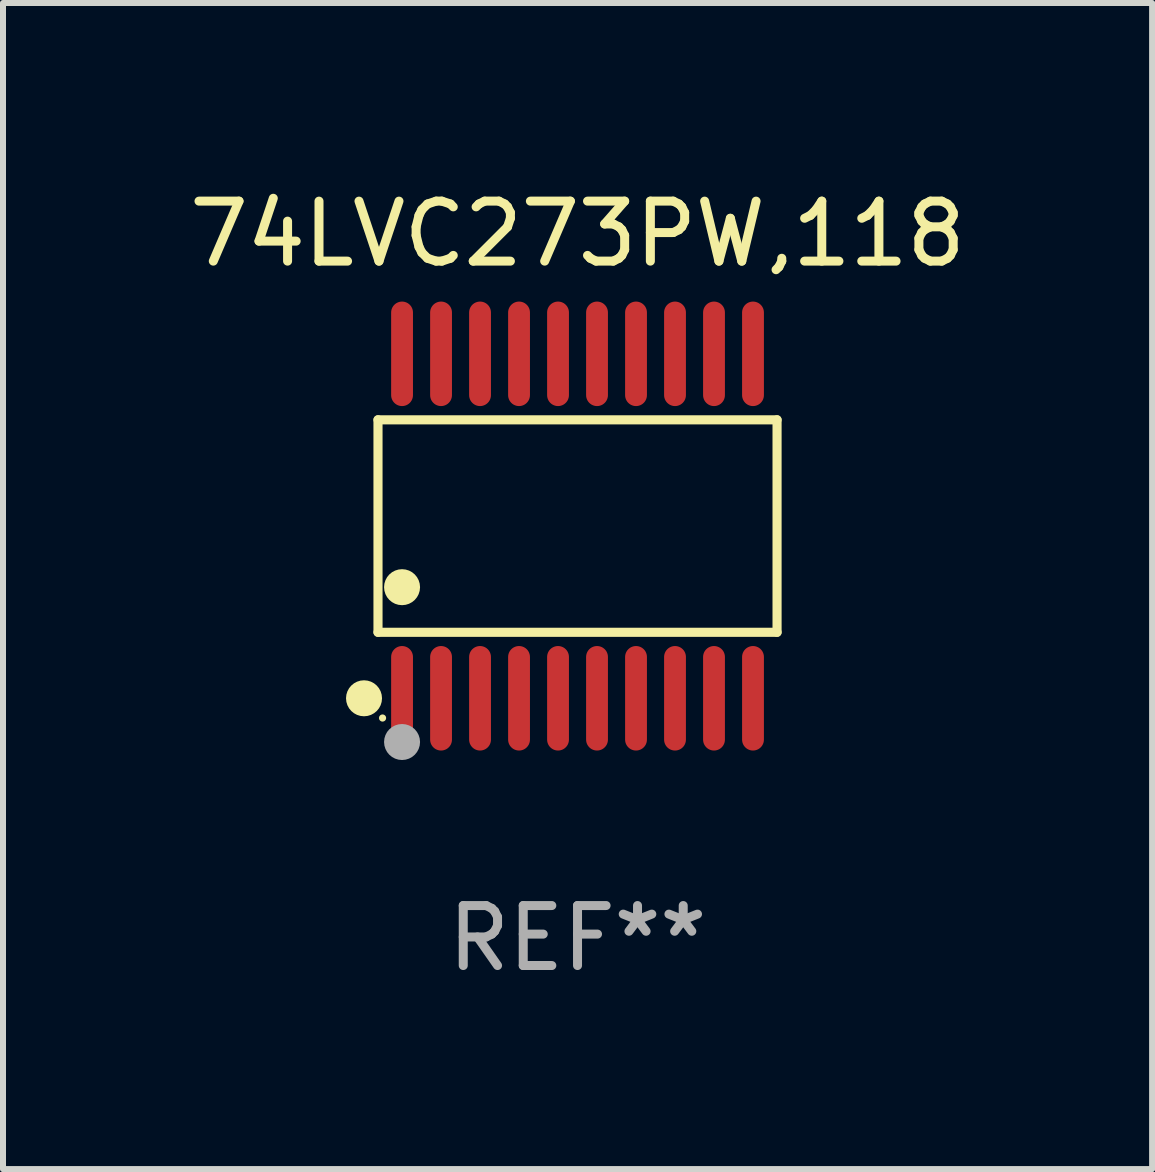
<source format=kicad_pcb>
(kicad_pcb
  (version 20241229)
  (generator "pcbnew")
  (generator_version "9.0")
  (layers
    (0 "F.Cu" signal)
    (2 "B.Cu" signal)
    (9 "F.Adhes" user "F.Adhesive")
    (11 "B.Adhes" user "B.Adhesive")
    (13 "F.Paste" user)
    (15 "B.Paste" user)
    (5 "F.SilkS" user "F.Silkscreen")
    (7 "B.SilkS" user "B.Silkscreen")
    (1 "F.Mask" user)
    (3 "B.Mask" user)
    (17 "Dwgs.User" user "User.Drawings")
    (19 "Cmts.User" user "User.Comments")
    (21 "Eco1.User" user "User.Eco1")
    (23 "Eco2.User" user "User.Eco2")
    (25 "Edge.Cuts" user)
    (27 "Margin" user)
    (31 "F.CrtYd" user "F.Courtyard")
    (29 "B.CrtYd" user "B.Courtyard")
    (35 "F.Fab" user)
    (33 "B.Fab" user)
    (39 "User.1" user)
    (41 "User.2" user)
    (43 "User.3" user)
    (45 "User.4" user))
  (footprint "74LVC273PW,118"
    (layer "F.Cu")
    (at 6.577 5.719)
    (property "Reference" "74LVC273PW,118" (at 0 -4.871 0) (layer "F.SilkS") (effects (font (size 1 1) (thickness 0.15))))
    (attr through_hole)
    (fp_line (start -3.326 -1.771) (end 3.326 -1.771) (stroke (width 0.152) (type solid)) (layer "F.SilkS"))
    (fp_line (start -3.326 1.771) (end -3.326 -1.771) (stroke (width 0.152) (type solid)) (layer "F.SilkS"))
    (fp_line (start 3.326 -1.771) (end 3.326 1.771) (stroke (width 0.152) (type solid)) (layer "F.SilkS"))
    (fp_line (start 3.326 1.771) (end -3.326 1.771) (stroke (width 0.152) (type solid)) (layer "F.SilkS"))
    (fp_circle (center -3.559 2.871) (end -3.409 2.871) (stroke (width 0.3) (type solid)) (fill no) (layer "F.SilkS"))
    (fp_circle (center -3.25 3.2) (end -3.22 3.2) (stroke (width 0.06) (type solid)) (fill no) (layer "F.SilkS"))
    (fp_circle (center -2.925 1.019) (end -2.775 1.019) (stroke (width 0.3) (type solid)) (fill no) (layer "F.SilkS"))
    (fp_circle (center -2.925 3.6) (end -2.775 3.6) (stroke (width 0.3) (type solid)) (fill no) (layer "F.Fab"))
    (fp_text user "REF**" (at 0 6.871 0) (layer "F.Fab") (effects (font (size 1 1) (thickness 0.15))))
    (pad "1" smd oval (at -2.925 2.871) (size 0.364 1.742) (layers "F.Cu" "F.Mask" "F.Paste"))
    (pad "2" smd oval (at -2.275 2.871) (size 0.364 1.742) (layers "F.Cu" "F.Mask" "F.Paste"))
    (pad "3" smd oval (at -1.625 2.871) (size 0.364 1.742) (layers "F.Cu" "F.Mask" "F.Paste"))
    (pad "4" smd oval (at -0.975 2.871) (size 0.364 1.742) (layers "F.Cu" "F.Mask" "F.Paste"))
    (pad "5" smd oval (at -0.325 2.871) (size 0.364 1.742) (layers "F.Cu" "F.Mask" "F.Paste"))
    (pad "6" smd oval (at 0.325 2.871) (size 0.364 1.742) (layers "F.Cu" "F.Mask" "F.Paste"))
    (pad "7" smd oval (at 0.975 2.871) (size 0.364 1.742) (layers "F.Cu" "F.Mask" "F.Paste"))
    (pad "8" smd oval (at 1.625 2.871) (size 0.364 1.742) (layers "F.Cu" "F.Mask" "F.Paste"))
    (pad "9" smd oval (at 2.275 2.871) (size 0.364 1.742) (layers "F.Cu" "F.Mask" "F.Paste"))
    (pad "10" smd oval (at 2.925 2.871) (size 0.364 1.742) (layers "F.Cu" "F.Mask" "F.Paste"))
    (pad "11" smd oval (at 2.925 -2.871) (size 0.364 1.742) (layers "F.Cu" "F.Mask" "F.Paste"))
    (pad "12" smd oval (at 2.275 -2.871) (size 0.364 1.742) (layers "F.Cu" "F.Mask" "F.Paste"))
    (pad "13" smd oval (at 1.625 -2.871) (size 0.364 1.742) (layers "F.Cu" "F.Mask" "F.Paste"))
    (pad "14" smd oval (at 0.975 -2.871) (size 0.364 1.742) (layers "F.Cu" "F.Mask" "F.Paste"))
    (pad "15" smd oval (at 0.325 -2.871) (size 0.364 1.742) (layers "F.Cu" "F.Mask" "F.Paste"))
    (pad "16" smd oval (at -0.325 -2.871) (size 0.364 1.742) (layers "F.Cu" "F.Mask" "F.Paste"))
    (pad "17" smd oval (at -0.975 -2.871) (size 0.364 1.742) (layers "F.Cu" "F.Mask" "F.Paste"))
    (pad "18" smd oval (at -1.625 -2.871) (size 0.364 1.742) (layers "F.Cu" "F.Mask" "F.Paste"))
    (pad "19" smd oval (at -2.275 -2.871) (size 0.364 1.742) (layers "F.Cu" "F.Mask" "F.Paste"))
    (pad "20" smd oval (at -2.925 -2.871) (size 0.364 1.742) (layers "F.Cu" "F.Mask" "F.Paste")))
  (gr_rect
    (start -3 -3)
    (end 16.155 16.438)
    (stroke (width 0.1) (type default))
    (fill no)
    (layer "Edge.Cuts")))
</source>
